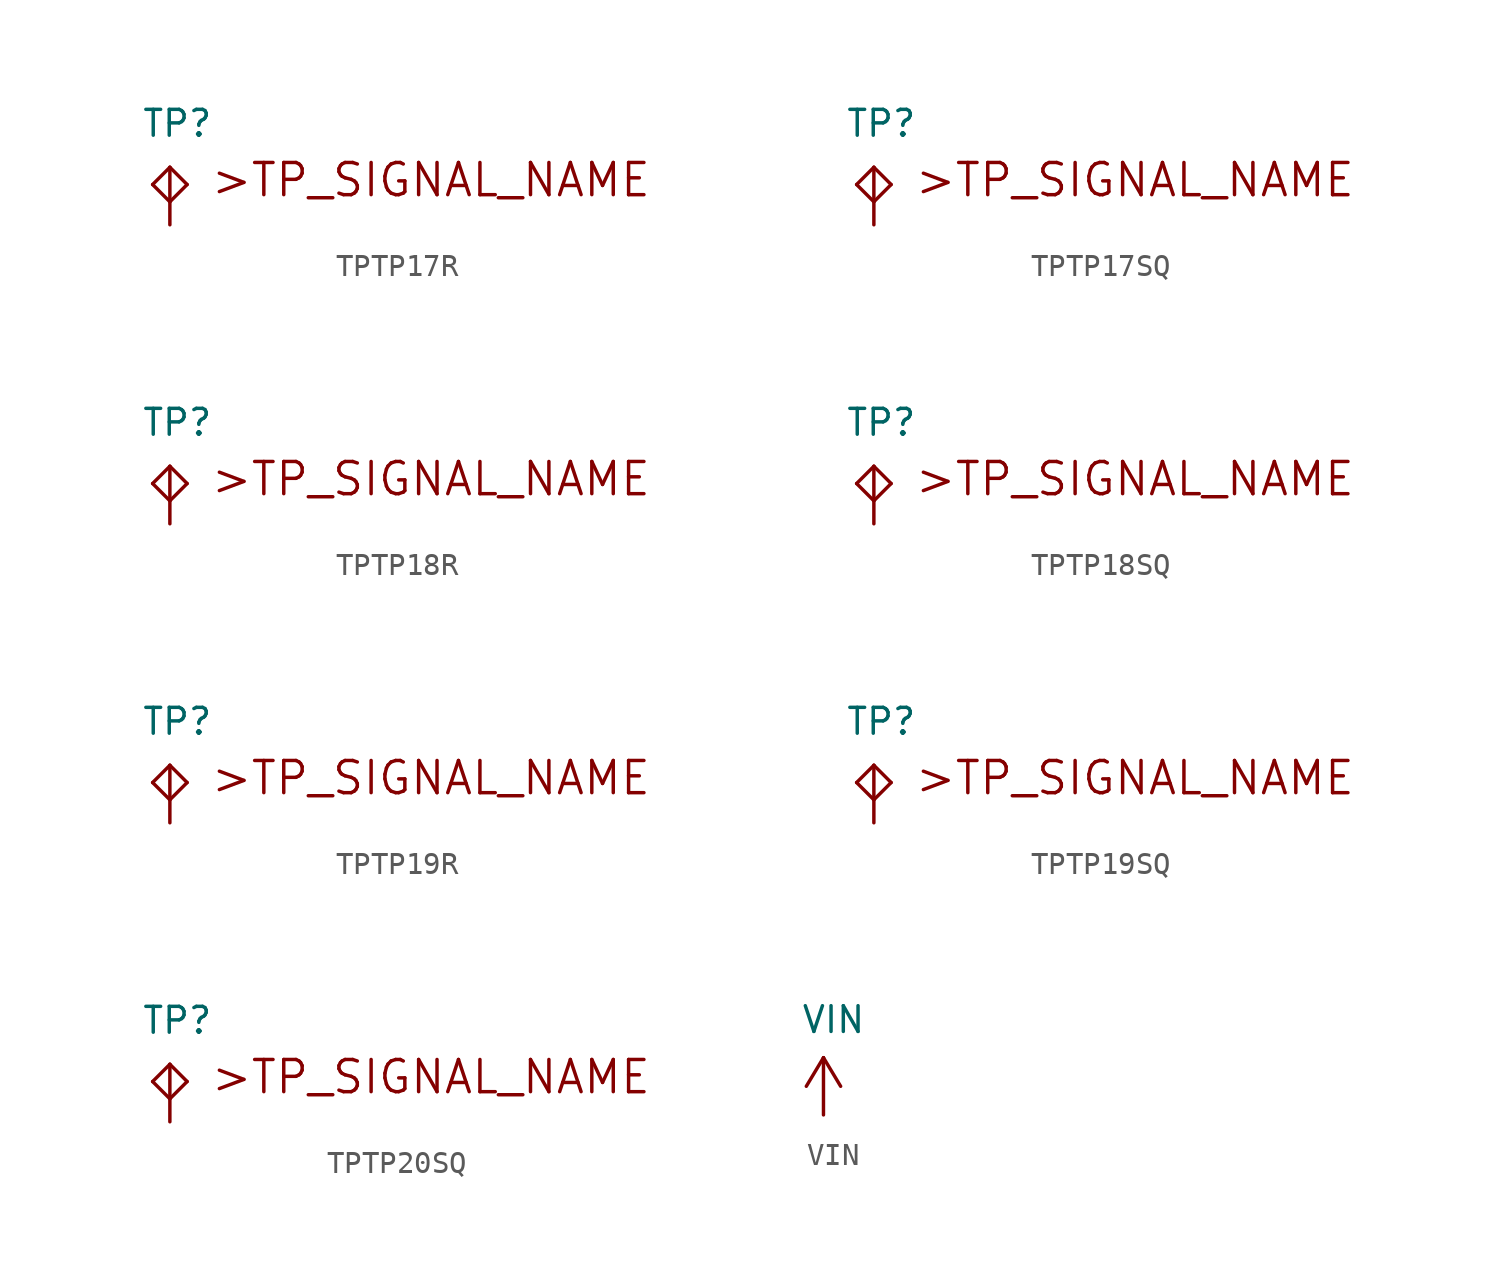
<source format=kicad_sym>
(kicad_symbol_lib
  (version 20211014)
  (generator kicad_symbol_editor)
  (symbol "TPTP17R"
    (pin_numbers hide)
    (pin_names
      (offset 1.016) hide)
    (property "Reference" "TP"
      (at -1.27 1.27 0)
      (effects (font (size 1.143 1.143)) (justify left bottom)))
    (property "ki_locked" ""
      (at 0 0 0)
      (effects (font (size 1.27 1.27))))
    (symbol "TPTP17R_1_0"
      (polyline (pts (xy -0.762 -0.762) (xy 0 0)) (stroke (width 0) (type default) (color 0 0 0 0)) (fill (type none)))
      (polyline (pts (xy 0 -1.524) (xy -0.762 -0.762)) (stroke (width 0) (type default) (color 0 0 0 0)) (fill (type none)))
      (polyline (pts (xy 0 0) (xy 0.762 -0.762)) (stroke (width 0) (type default) (color 0 0 0 0)) (fill (type none)))
      (polyline (pts (xy 0.762 -0.762) (xy 0 -1.524)) (stroke (width 0) (type default) (color 0 0 0 0)) (fill (type none)))
      (text ">TP_SIGNAL_NAME" (at 11.532 -0.559 0) (effects (font (size 1.422 1.422)))))
    (symbol "TPTP17R_1_1"
      (pin input line (at 0 -2.54 90) (length 2.54) (name "TP" (effects (font (size 1.016 1.016)))) (number "TP" (effects (font (size 1.016 1.016)))))))
  (symbol "TPTP17SQ"
    (pin_numbers hide)
    (pin_names
      (offset 1.016) hide)
    (property "Reference" "TP"
      (at -1.27 1.27 0)
      (effects (font (size 1.143 1.143)) (justify left bottom)))
    (property "ki_locked" ""
      (at 0 0 0)
      (effects (font (size 1.27 1.27))))
    (symbol "TPTP17SQ_1_0"
      (polyline (pts (xy -0.762 -0.762) (xy 0 0)) (stroke (width 0) (type default) (color 0 0 0 0)) (fill (type none)))
      (polyline (pts (xy 0 -1.524) (xy -0.762 -0.762)) (stroke (width 0) (type default) (color 0 0 0 0)) (fill (type none)))
      (polyline (pts (xy 0 0) (xy 0.762 -0.762)) (stroke (width 0) (type default) (color 0 0 0 0)) (fill (type none)))
      (polyline (pts (xy 0.762 -0.762) (xy 0 -1.524)) (stroke (width 0) (type default) (color 0 0 0 0)) (fill (type none)))
      (text ">TP_SIGNAL_NAME" (at 11.532 -0.559 0) (effects (font (size 1.422 1.422)))))
    (symbol "TPTP17SQ_1_1"
      (pin input line (at 0 -2.54 90) (length 2.54) (name "TP" (effects (font (size 1.016 1.016)))) (number "TP" (effects (font (size 1.016 1.016)))))))
  (symbol "TPTP18R"
    (pin_numbers hide)
    (pin_names
      (offset 1.016) hide)
    (property "Reference" "TP"
      (at -1.27 1.27 0)
      (effects (font (size 1.143 1.143)) (justify left bottom)))
    (property "ki_locked" ""
      (at 0 0 0)
      (effects (font (size 1.27 1.27))))
    (symbol "TPTP18R_1_0"
      (polyline (pts (xy -0.762 -0.762) (xy 0 0)) (stroke (width 0) (type default) (color 0 0 0 0)) (fill (type none)))
      (polyline (pts (xy 0 -1.524) (xy -0.762 -0.762)) (stroke (width 0) (type default) (color 0 0 0 0)) (fill (type none)))
      (polyline (pts (xy 0 0) (xy 0.762 -0.762)) (stroke (width 0) (type default) (color 0 0 0 0)) (fill (type none)))
      (polyline (pts (xy 0.762 -0.762) (xy 0 -1.524)) (stroke (width 0) (type default) (color 0 0 0 0)) (fill (type none)))
      (text ">TP_SIGNAL_NAME" (at 11.532 -0.559 0) (effects (font (size 1.422 1.422)))))
    (symbol "TPTP18R_1_1"
      (pin input line (at 0 -2.54 90) (length 2.54) (name "TP" (effects (font (size 1.016 1.016)))) (number "TP" (effects (font (size 1.016 1.016)))))))
  (symbol "TPTP18SQ"
    (pin_numbers hide)
    (pin_names
      (offset 1.016) hide)
    (property "Reference" "TP"
      (at -1.27 1.27 0)
      (effects (font (size 1.143 1.143)) (justify left bottom)))
    (property "ki_locked" ""
      (at 0 0 0)
      (effects (font (size 1.27 1.27))))
    (symbol "TPTP18SQ_1_0"
      (polyline (pts (xy -0.762 -0.762) (xy 0 0)) (stroke (width 0) (type default) (color 0 0 0 0)) (fill (type none)))
      (polyline (pts (xy 0 -1.524) (xy -0.762 -0.762)) (stroke (width 0) (type default) (color 0 0 0 0)) (fill (type none)))
      (polyline (pts (xy 0 0) (xy 0.762 -0.762)) (stroke (width 0) (type default) (color 0 0 0 0)) (fill (type none)))
      (polyline (pts (xy 0.762 -0.762) (xy 0 -1.524)) (stroke (width 0) (type default) (color 0 0 0 0)) (fill (type none)))
      (text ">TP_SIGNAL_NAME" (at 11.532 -0.559 0) (effects (font (size 1.422 1.422)))))
    (symbol "TPTP18SQ_1_1"
      (pin input line (at 0 -2.54 90) (length 2.54) (name "TP" (effects (font (size 1.016 1.016)))) (number "TP" (effects (font (size 1.016 1.016)))))))
  (symbol "TPTP19R"
    (pin_numbers hide)
    (pin_names
      (offset 1.016) hide)
    (property "Reference" "TP"
      (at -1.27 1.27 0)
      (effects (font (size 1.143 1.143)) (justify left bottom)))
    (property "ki_locked" ""
      (at 0 0 0)
      (effects (font (size 1.27 1.27))))
    (symbol "TPTP19R_1_0"
      (polyline (pts (xy -0.762 -0.762) (xy 0 0)) (stroke (width 0) (type default) (color 0 0 0 0)) (fill (type none)))
      (polyline (pts (xy 0 -1.524) (xy -0.762 -0.762)) (stroke (width 0) (type default) (color 0 0 0 0)) (fill (type none)))
      (polyline (pts (xy 0 0) (xy 0.762 -0.762)) (stroke (width 0) (type default) (color 0 0 0 0)) (fill (type none)))
      (polyline (pts (xy 0.762 -0.762) (xy 0 -1.524)) (stroke (width 0) (type default) (color 0 0 0 0)) (fill (type none)))
      (text ">TP_SIGNAL_NAME" (at 11.532 -0.559 0) (effects (font (size 1.422 1.422)))))
    (symbol "TPTP19R_1_1"
      (pin input line (at 0 -2.54 90) (length 2.54) (name "TP" (effects (font (size 1.016 1.016)))) (number "TP" (effects (font (size 1.016 1.016)))))))
  (symbol "TPTP19SQ"
    (pin_numbers hide)
    (pin_names
      (offset 1.016) hide)
    (property "Reference" "TP"
      (at -1.27 1.27 0)
      (effects (font (size 1.143 1.143)) (justify left bottom)))
    (property "ki_locked" ""
      (at 0 0 0)
      (effects (font (size 1.27 1.27))))
    (symbol "TPTP19SQ_1_0"
      (polyline (pts (xy -0.762 -0.762) (xy 0 0)) (stroke (width 0) (type default) (color 0 0 0 0)) (fill (type none)))
      (polyline (pts (xy 0 -1.524) (xy -0.762 -0.762)) (stroke (width 0) (type default) (color 0 0 0 0)) (fill (type none)))
      (polyline (pts (xy 0 0) (xy 0.762 -0.762)) (stroke (width 0) (type default) (color 0 0 0 0)) (fill (type none)))
      (polyline (pts (xy 0.762 -0.762) (xy 0 -1.524)) (stroke (width 0) (type default) (color 0 0 0 0)) (fill (type none)))
      (text ">TP_SIGNAL_NAME" (at 11.532 -0.559 0) (effects (font (size 1.422 1.422)))))
    (symbol "TPTP19SQ_1_1"
      (pin input line (at 0 -2.54 90) (length 2.54) (name "TP" (effects (font (size 1.016 1.016)))) (number "TP" (effects (font (size 1.016 1.016)))))))
  (symbol "TPTP20SQ"
    (pin_numbers hide)
    (pin_names
      (offset 1.016) hide)
    (property "Reference" "TP"
      (at -1.27 1.27 0)
      (effects (font (size 1.143 1.143)) (justify left bottom)))
    (property "ki_locked" ""
      (at 0 0 0)
      (effects (font (size 1.27 1.27))))
    (symbol "TPTP20SQ_1_0"
      (polyline (pts (xy -0.762 -0.762) (xy 0 0)) (stroke (width 0) (type default) (color 0 0 0 0)) (fill (type none)))
      (polyline (pts (xy 0 -1.524) (xy -0.762 -0.762)) (stroke (width 0) (type default) (color 0 0 0 0)) (fill (type none)))
      (polyline (pts (xy 0 0) (xy 0.762 -0.762)) (stroke (width 0) (type default) (color 0 0 0 0)) (fill (type none)))
      (polyline (pts (xy 0.762 -0.762) (xy 0 -1.524)) (stroke (width 0) (type default) (color 0 0 0 0)) (fill (type none)))
      (text ">TP_SIGNAL_NAME" (at 11.532 -0.559 0) (effects (font (size 1.422 1.422)))))
    (symbol "TPTP20SQ_1_1"
      (pin input line (at 0 -2.54 90) (length 2.54) (name "TP" (effects (font (size 1.016 1.016)))) (number "TP" (effects (font (size 1.016 1.016)))))))
  (symbol "VIN"
    (power)
    (pin_numbers hide)
    (pin_names
      (offset 1.016) hide)
    (property "Reference" "#P+"
      (at 0 0 0)
      (effects (font (size 1.143 1.143)) (justify left bottom) hide))
    (property "Value" "VIN"
      (at -1.016 3.556 0)
      (effects (font (size 1.143 1.143)) (justify left bottom)))
    (property "ki_locked" ""
      (at 0 0 0)
      (effects (font (size 1.27 1.27))))
    (symbol "VIN_1_0"
      (polyline (pts (xy 0 0) (xy 0 2.54)) (stroke (width 0) (type default) (color 0 0 0 0)) (fill (type none)))
      (polyline (pts (xy 0 2.54) (xy -0.762 1.27)) (stroke (width 0) (type default) (color 0 0 0 0)) (fill (type none)))
      (polyline (pts (xy 0.762 1.27) (xy 0 2.54)) (stroke (width 0) (type default) (color 0 0 0 0)) (fill (type none))))
    (symbol "VIN_1_1"
      (pin power_in line (at 0 0 90) (length 2.54) hide (name "VIN" (effects (font (size 1.016 1.016)))) (number "~" (effects (font (size 1.016 1.016))))))))
</source>
